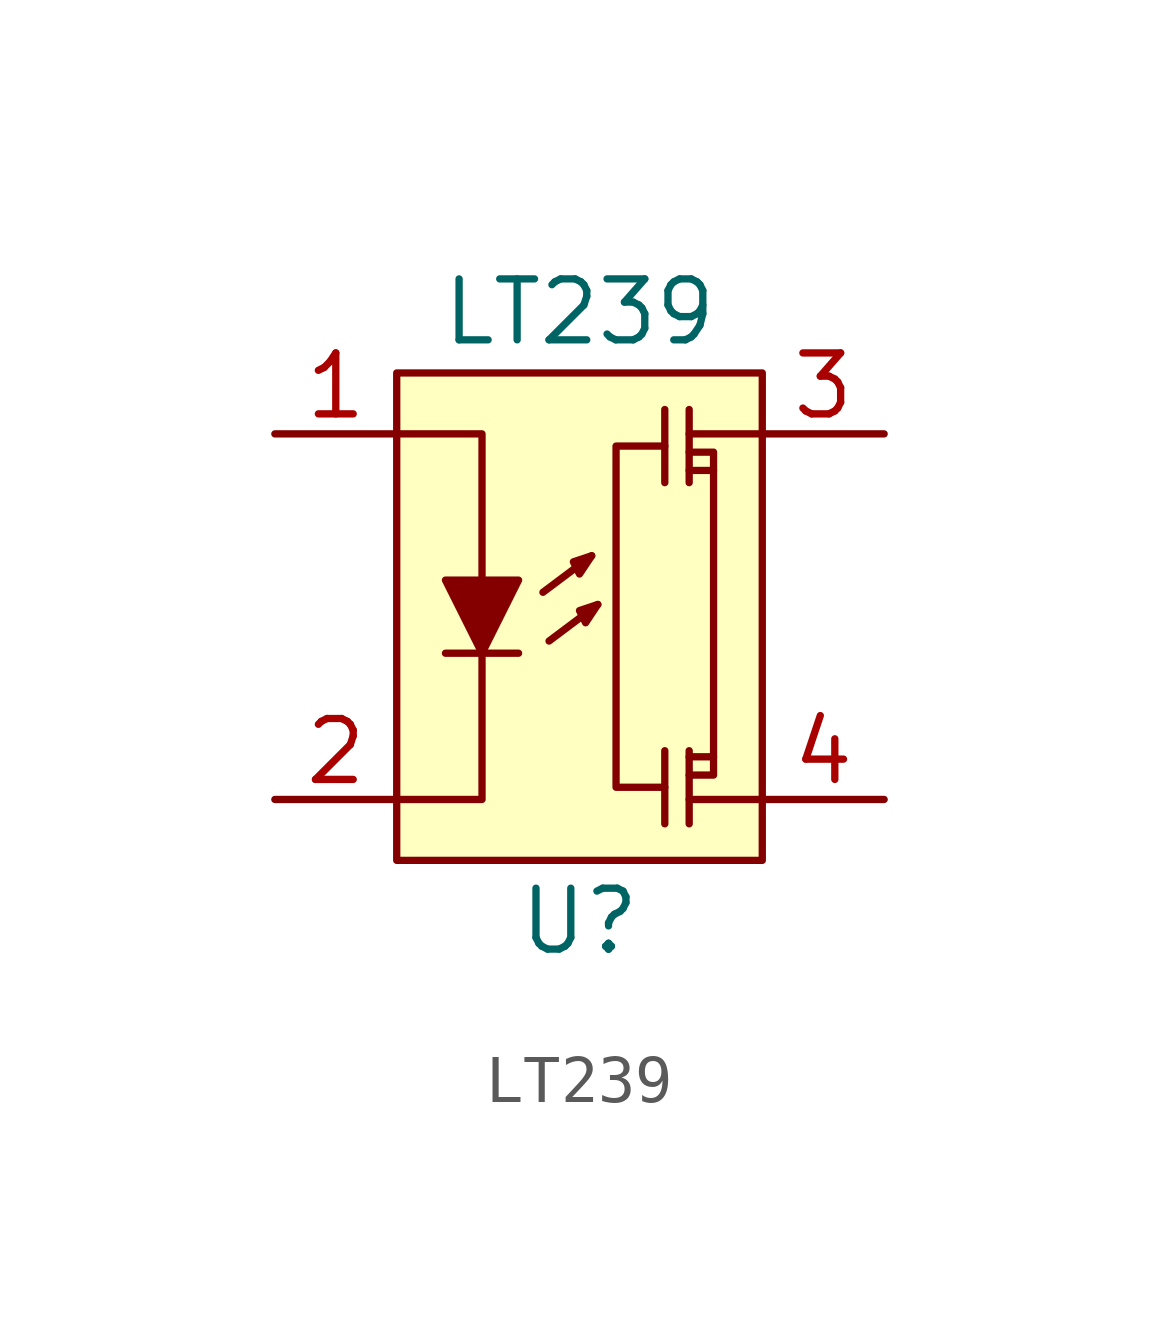
<source format=kicad_sym>
(kicad_symbol_lib
  (version 20211014)
  (generator kicad_symbol_editor)
  (symbol "LT239"
    (property "Reference" "U"
      (at 0 -6.35 0)
      (effects (font (size 1.27 1.27))))
    (property "Value" "LT239"
      (at 0 6.35 0)
      (effects (font (size 1.27 1.27))))
    (symbol "LT239_0_1"
      (rectangle (start -3.81 5.08) (end 3.81 -5.08) (stroke (width 0) (type default) (color 0 0 0 0)) (fill (type background)))
      (polyline (pts (xy -2.794 -0.762) (xy -1.27 -0.762)) (stroke (width 0) (type default) (color 0 0 0 0)) (fill (type none)))
      (polyline (pts (xy -0.762 0.508) (xy 0.254 1.27)) (stroke (width 0) (type default) (color 0 0 0 0)) (fill (type none)))
      (polyline (pts (xy -0.635 -0.508) (xy 0.381 0.254)) (stroke (width 0) (type default) (color 0 0 0 0)) (fill (type none)))
      (polyline (pts (xy 1.778 -2.794) (xy 1.778 -4.318)) (stroke (width 0) (type default) (color 0 0 0 0)) (fill (type none)))
      (polyline (pts (xy 1.778 4.318) (xy 1.778 2.794)) (stroke (width 0) (type default) (color 0 0 0 0)) (fill (type none)))
      (polyline (pts (xy 2.286 -2.794) (xy 2.286 -4.318)) (stroke (width 0) (type default) (color 0 0 0 0)) (fill (type none)))
      (polyline (pts (xy 2.286 3.048) (xy 2.794 3.048)) (stroke (width 0) (type default) (color 0 0 0 0)) (fill (type none)))
      (polyline (pts (xy 2.286 4.318) (xy 2.286 2.794)) (stroke (width 0) (type default) (color 0 0 0 0)) (fill (type none)))
      (polyline (pts (xy 2.794 -2.921) (xy 2.286 -2.921)) (stroke (width 0) (type default) (color 0 0 0 0)) (fill (type none)))
      (polyline (pts (xy 3.81 -3.81) (xy 2.286 -3.81)) (stroke (width 0) (type default) (color 0 0 0 0)) (fill (type none)))
      (polyline (pts (xy 3.81 3.81) (xy 2.286 3.81)) (stroke (width 0) (type default) (color 0 0 0 0)) (fill (type none)))
      (polyline (pts (xy -3.81 3.81) (xy -2.032 3.81) (xy -2.032 0.762)) (stroke (width 0) (type default) (color 0 0 0 0)) (fill (type none)))
      (polyline (pts (xy -2.032 -0.762) (xy -2.032 -3.81) (xy -3.81 -3.81)) (stroke (width 0) (type default) (color 0 0 0 0)) (fill (type none)))
      (polyline (pts (xy -2.794 0.762) (xy -1.27 0.762) (xy -2.032 -0.762) (xy -2.794 0.762)) (stroke (width 0) (type default) (color 0 0 0 0)) (fill (type outline)))
      (polyline (pts (xy 0.254 1.27) (xy 0 0.889) (xy -0.127 1.143) (xy 0.254 1.27)) (stroke (width 0) (type default) (color 0 0 0 0)) (fill (type outline)))
      (polyline (pts (xy 0.381 0.254) (xy 0.127 -0.127) (xy 0 0.127) (xy 0.381 0.254)) (stroke (width 0) (type default) (color 0 0 0 0)) (fill (type outline)))
      (polyline (pts (xy 1.778 3.556) (xy 0.762 3.556) (xy 0.762 -3.556) (xy 1.778 -3.556)) (stroke (width 0) (type default) (color 0 0 0 0)) (fill (type none)))
      (polyline (pts (xy 2.286 -3.302) (xy 2.794 -3.302) (xy 2.794 3.429) (xy 2.286 3.429)) (stroke (width 0) (type default) (color 0 0 0 0)) (fill (type none))))
    (symbol "LT239_1_1"
      (pin passive line (at -6.35 3.81 0) (length 2.54) (name "" (effects (font (size 1.27 1.27)))) (number "1" (effects (font (size 1.27 1.27)))))
      (pin passive line (at -6.35 -3.81 0) (length 2.54) (name "" (effects (font (size 1.27 1.27)))) (number "2" (effects (font (size 1.27 1.27)))))
      (pin passive line (at 6.35 3.81 180) (length 2.54) (name "" (effects (font (size 1.27 1.27)))) (number "3" (effects (font (size 1.27 1.27)))))
      (pin passive line (at 6.35 -3.81 180) (length 2.54) (name "" (effects (font (size 1.27 1.27)))) (number "4" (effects (font (size 1.27 1.27))))))))
</source>
